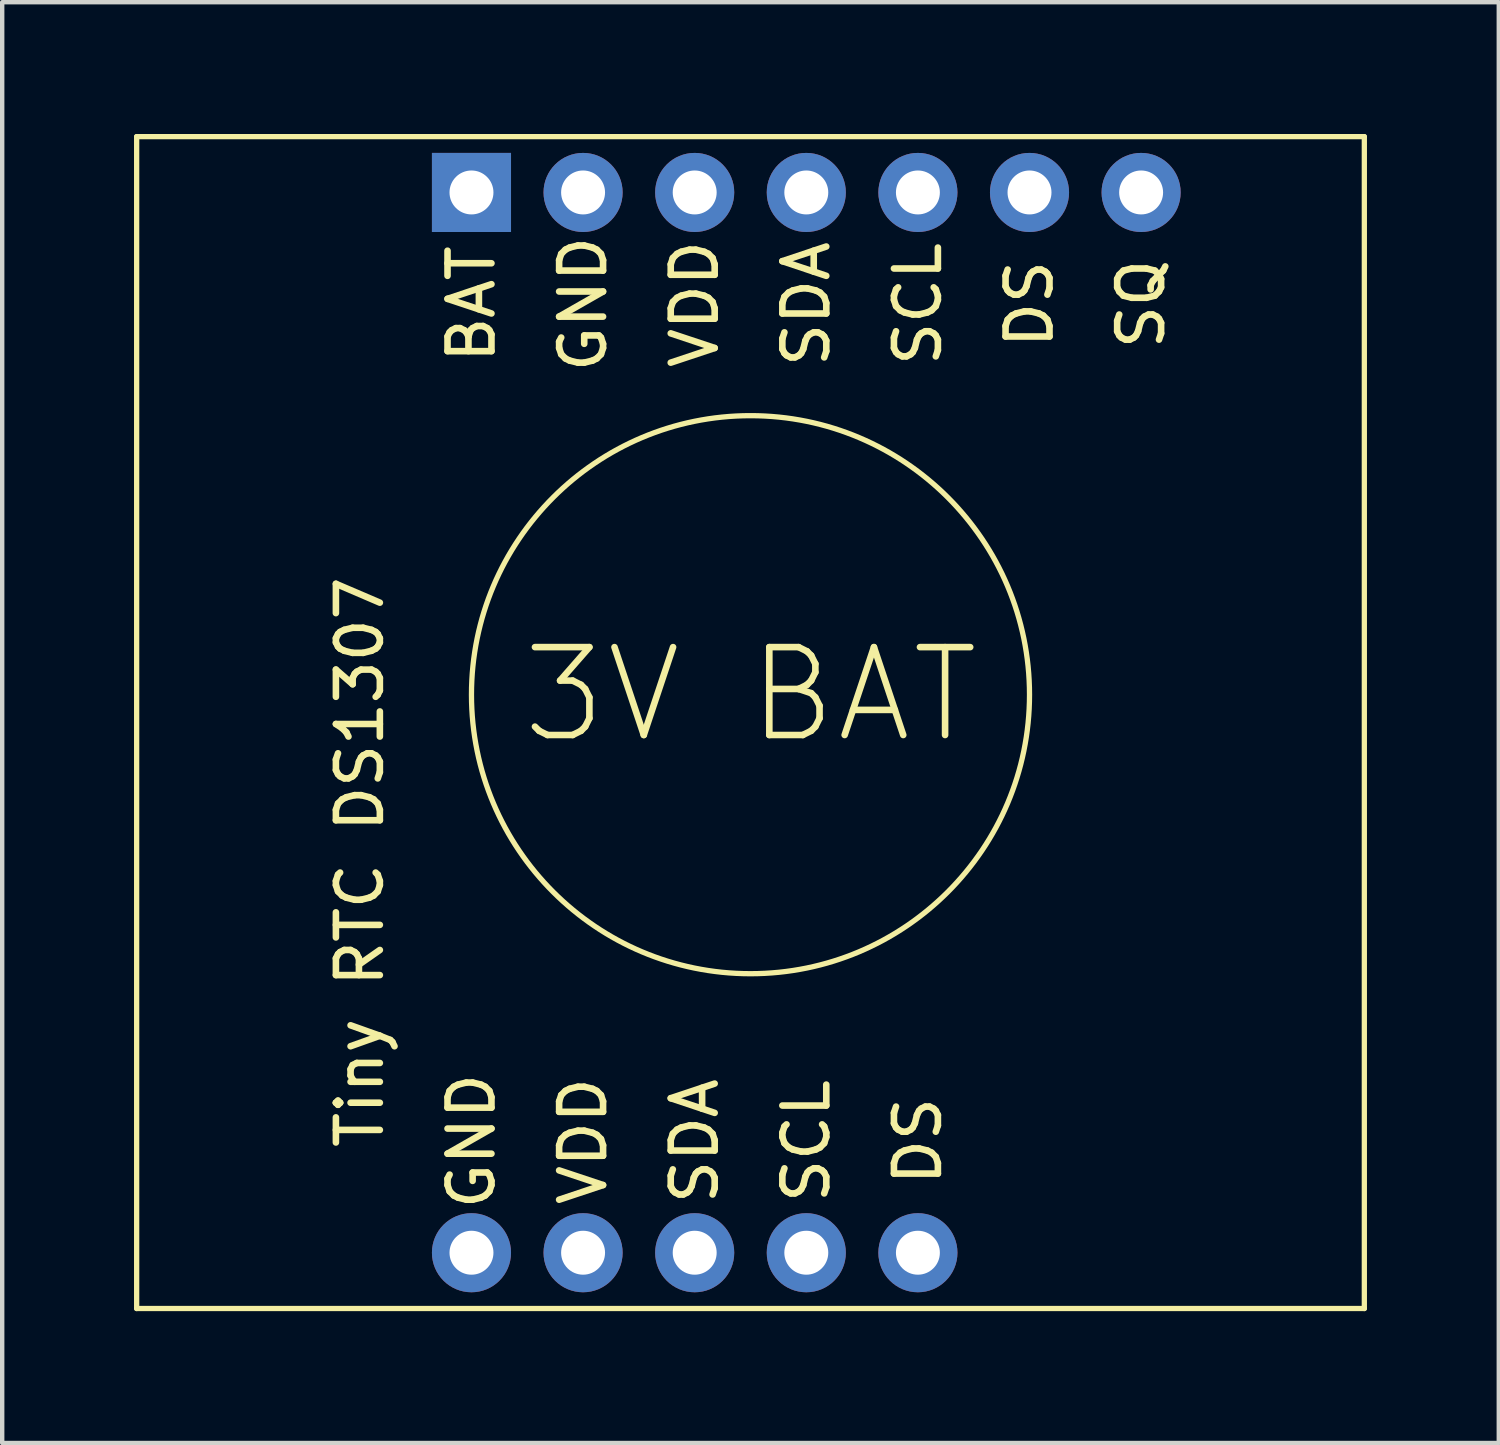
<source format=kicad_pcb>
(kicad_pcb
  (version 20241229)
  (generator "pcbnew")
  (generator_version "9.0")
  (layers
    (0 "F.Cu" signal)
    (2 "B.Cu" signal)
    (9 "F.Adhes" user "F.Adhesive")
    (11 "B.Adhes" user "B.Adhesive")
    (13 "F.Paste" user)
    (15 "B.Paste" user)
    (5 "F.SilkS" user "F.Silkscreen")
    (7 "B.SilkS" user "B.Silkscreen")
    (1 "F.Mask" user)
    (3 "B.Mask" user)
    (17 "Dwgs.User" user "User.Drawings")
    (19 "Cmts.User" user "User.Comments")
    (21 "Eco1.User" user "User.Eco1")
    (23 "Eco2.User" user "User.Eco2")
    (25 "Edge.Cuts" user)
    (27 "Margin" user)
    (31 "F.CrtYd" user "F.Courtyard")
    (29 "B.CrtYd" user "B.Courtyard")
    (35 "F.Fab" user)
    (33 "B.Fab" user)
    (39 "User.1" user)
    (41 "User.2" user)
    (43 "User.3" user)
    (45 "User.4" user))
  (footprint "Tiny RTC DS1307"
    (layer "F.Cu")
    (at 15.3 14.03)
    (property "Reference" "Tiny RTC DS1307" (at -10.16 2.54 90) (layer "F.SilkS") (effects (font (size 1 1) (thickness 0.15))))
    (attr through_hole)
    (fp_line (start -15.24 -13.97) (end -15.24 12.7) (stroke (width 0.12) (type solid)) (layer "F.SilkS"))
    (fp_line (start -15.24 12.7) (end 12.7 12.7) (stroke (width 0.12) (type solid)) (layer "F.SilkS"))
    (fp_line (start 12.7 -13.97) (end -15.24 -13.97) (stroke (width 0.12) (type solid)) (layer "F.SilkS"))
    (fp_line (start 12.7 12.7) (end 12.7 -13.97) (stroke (width 0.12) (type solid)) (layer "F.SilkS"))
    (fp_circle (center -1.27 -1.27) (end 2.54 -6.35) (stroke (width 0.12) (type solid)) (fill no) (layer "F.SilkS"))
    (fp_circle (center -12.7 -11.43) (end -12.065 -11.43) (stroke (width 0.000129) (type solid)) (fill no) (layer "Dwgs.User"))
    (fp_circle (center -12.7 -11.43) (end -11.176 -11.43) (stroke (width 0.000129) (type solid)) (fill no) (layer "Dwgs.User"))
    (fp_circle (center -12.7 10.16) (end -12.065 10.16) (stroke (width 0.000129) (type solid)) (fill no) (layer "Dwgs.User"))
    (fp_circle (center -12.7 10.16) (end -11.176 10.16) (stroke (width 0.000129) (type solid)) (fill no) (layer "Dwgs.User"))
    (fp_circle (center -7.62 -12.7) (end -7.163 -12.7) (stroke (width 0.000129) (type solid)) (fill no) (layer "Dwgs.User"))
    (fp_circle (center -7.62 -12.7) (end -6.858 -12.7) (stroke (width 0.000129) (type solid)) (fill no) (layer "Dwgs.User"))
    (fp_circle (center -7.62 11.43) (end -7.163 11.43) (stroke (width 0.000129) (type solid)) (fill no) (layer "Dwgs.User"))
    (fp_circle (center -7.62 11.43) (end -6.858 11.43) (stroke (width 0.000129) (type solid)) (fill no) (layer "Dwgs.User"))
    (fp_circle (center -5.08 -12.7) (end -4.623 -12.7) (stroke (width 0.000129) (type solid)) (fill no) (layer "Dwgs.User"))
    (fp_circle (center -5.08 -12.7) (end -4.318 -12.7) (stroke (width 0.000129) (type solid)) (fill no) (layer "Dwgs.User"))
    (fp_circle (center -5.08 11.43) (end -4.623 11.43) (stroke (width 0.000129) (type solid)) (fill no) (layer "Dwgs.User"))
    (fp_circle (center -5.08 11.43) (end -4.318 11.43) (stroke (width 0.000129) (type solid)) (fill no) (layer "Dwgs.User"))
    (fp_circle (center -2.54 -12.7) (end -2.083 -12.7) (stroke (width 0.000129) (type solid)) (fill no) (layer "Dwgs.User"))
    (fp_circle (center -2.54 -12.7) (end -1.778 -12.7) (stroke (width 0.000129) (type solid)) (fill no) (layer "Dwgs.User"))
    (fp_circle (center -2.54 11.43) (end -2.083 11.43) (stroke (width 0.000129) (type solid)) (fill no) (layer "Dwgs.User"))
    (fp_circle (center -2.54 11.43) (end -1.778 11.43) (stroke (width 0.000129) (type solid)) (fill no) (layer "Dwgs.User"))
    (fp_circle (center 0 -12.7) (end 0.457 -12.7) (stroke (width 0.000129) (type solid)) (fill no) (layer "Dwgs.User"))
    (fp_circle (center 0 -12.7) (end 0.762 -12.7) (stroke (width 0.000129) (type solid)) (fill no) (layer "Dwgs.User"))
    (fp_circle (center 0 11.43) (end 0.457 11.43) (stroke (width 0.000129) (type solid)) (fill no) (layer "Dwgs.User"))
    (fp_circle (center 0 11.43) (end 0.762 11.43) (stroke (width 0.000129) (type solid)) (fill no) (layer "Dwgs.User"))
    (fp_circle (center 2.54 -12.7) (end 2.997 -12.7) (stroke (width 0.000129) (type solid)) (fill no) (layer "Dwgs.User"))
    (fp_circle (center 2.54 -12.7) (end 3.302 -12.7) (stroke (width 0.000129) (type solid)) (fill no) (layer "Dwgs.User"))
    (fp_circle (center 2.54 11.43) (end 2.997 11.43) (stroke (width 0.000129) (type solid)) (fill no) (layer "Dwgs.User"))
    (fp_circle (center 2.54 11.43) (end 3.302 11.43) (stroke (width 0.000129) (type solid)) (fill no) (layer "Dwgs.User"))
    (fp_circle (center 5.08 -12.7) (end 5.537 -12.7) (stroke (width 0.000129) (type solid)) (fill no) (layer "Dwgs.User"))
    (fp_circle (center 5.08 -12.7) (end 5.842 -12.7) (stroke (width 0.000129) (type solid)) (fill no) (layer "Dwgs.User"))
    (fp_circle (center 7.62 -12.7) (end 8.077 -12.7) (stroke (width 0.000129) (type solid)) (fill no) (layer "Dwgs.User"))
    (fp_circle (center 7.62 -12.7) (end 8.382 -12.7) (stroke (width 0.000129) (type solid)) (fill no) (layer "Dwgs.User"))
    (fp_text user "SQ" (at 7.62 -10.16 90) (layer "F.SilkS") (effects (font (size 1 1) (thickness 0.15))))
    (fp_text user "VDD" (at -5.08 8.89 90) (layer "F.SilkS") (effects (font (size 1 1) (thickness 0.15))))
    (fp_text user "SCL" (at 0 8.89 90) (layer "F.SilkS") (effects (font (size 1 1) (thickness 0.15))))
    (fp_text user "GND" (at -7.62 8.89 90) (layer "F.SilkS") (effects (font (size 1 1) (thickness 0.15))))
    (fp_text user "GND" (at -5.08 -10.16 90) (layer "F.SilkS") (effects (font (size 1 1) (thickness 0.15))))
    (fp_text user "SDA" (at 0 -10.16 90) (layer "F.SilkS") (effects (font (size 1 1) (thickness 0.15))))
    (fp_text user "DS" (at 5.08 -10.16 90) (layer "F.SilkS") (effects (font (size 1 1) (thickness 0.15))))
    (fp_text user "SDA" (at -2.54 8.89 90) (layer "F.SilkS") (effects (font (size 1 1) (thickness 0.15))))
    (fp_text user "BAT" (at -7.62 -10.16 90) (layer "F.SilkS") (effects (font (size 1 1) (thickness 0.15))))
    (fp_text user "DS" (at 2.54 8.89 90) (layer "F.SilkS") (effects (font (size 1 1) (thickness 0.15))))
    (fp_text user "3V BAT" (at -1.27 -1.27 0) (layer "F.SilkS") (effects (font (size 2 2) (thickness 0.15))))
    (fp_text user "VDD" (at -2.54 -10.16 90) (layer "F.SilkS") (effects (font (size 1 1) (thickness 0.15))))
    (fp_text user "SCL" (at 2.54 -10.16 90) (layer "F.SilkS") (effects (font (size 1 1) (thickness 0.15))))
    (pad "1" thru_hole rect (at -7.62 -12.7) (size 1.8 1.8) (drill 1) (layers "*.Cu" "*.Mask"))
    (pad "2" thru_hole circle (at -5.08 -12.7) (size 1.8 1.8) (drill 1) (layers "*.Cu" "*.Mask"))
    (pad "3" thru_hole circle (at -2.54 -12.7) (size 1.8 1.8) (drill 1) (layers "*.Cu" "*.Mask"))
    (pad "4" thru_hole circle (at 0 -12.7) (size 1.8 1.8) (drill 1) (layers "*.Cu" "*.Mask"))
    (pad "5" thru_hole circle (at 2.54 -12.7) (size 1.8 1.8) (drill 1) (layers "*.Cu" "*.Mask"))
    (pad "6" thru_hole circle (at 5.08 -12.7) (size 1.8 1.8) (drill 1) (layers "*.Cu" "*.Mask"))
    (pad "7" thru_hole circle (at 7.62 -12.7) (size 1.8 1.8) (drill 1) (layers "*.Cu" "*.Mask"))
    (pad "8" thru_hole circle (at -7.62 11.43) (size 1.8 1.8) (drill 1) (layers "*.Cu" "*.Mask"))
    (pad "9" thru_hole circle (at -5.08 11.43) (size 1.8 1.8) (drill 1) (layers "*.Cu" "*.Mask"))
    (pad "10" thru_hole circle (at -2.54 11.43) (size 1.8 1.8) (drill 1) (layers "*.Cu" "*.Mask"))
    (pad "11" thru_hole circle (at 0 11.43) (size 1.8 1.8) (drill 1) (layers "*.Cu" "*.Mask"))
    (pad "12" thru_hole circle (at 2.54 11.43) (size 1.8 1.8) (drill 1) (layers "*.Cu" "*.Mask")))
  (gr_rect
    (start -3 -3)
    (end 31.06 29.79)
    (stroke (width 0.1) (type default))
    (fill no)
    (layer "Edge.Cuts")))
</source>
